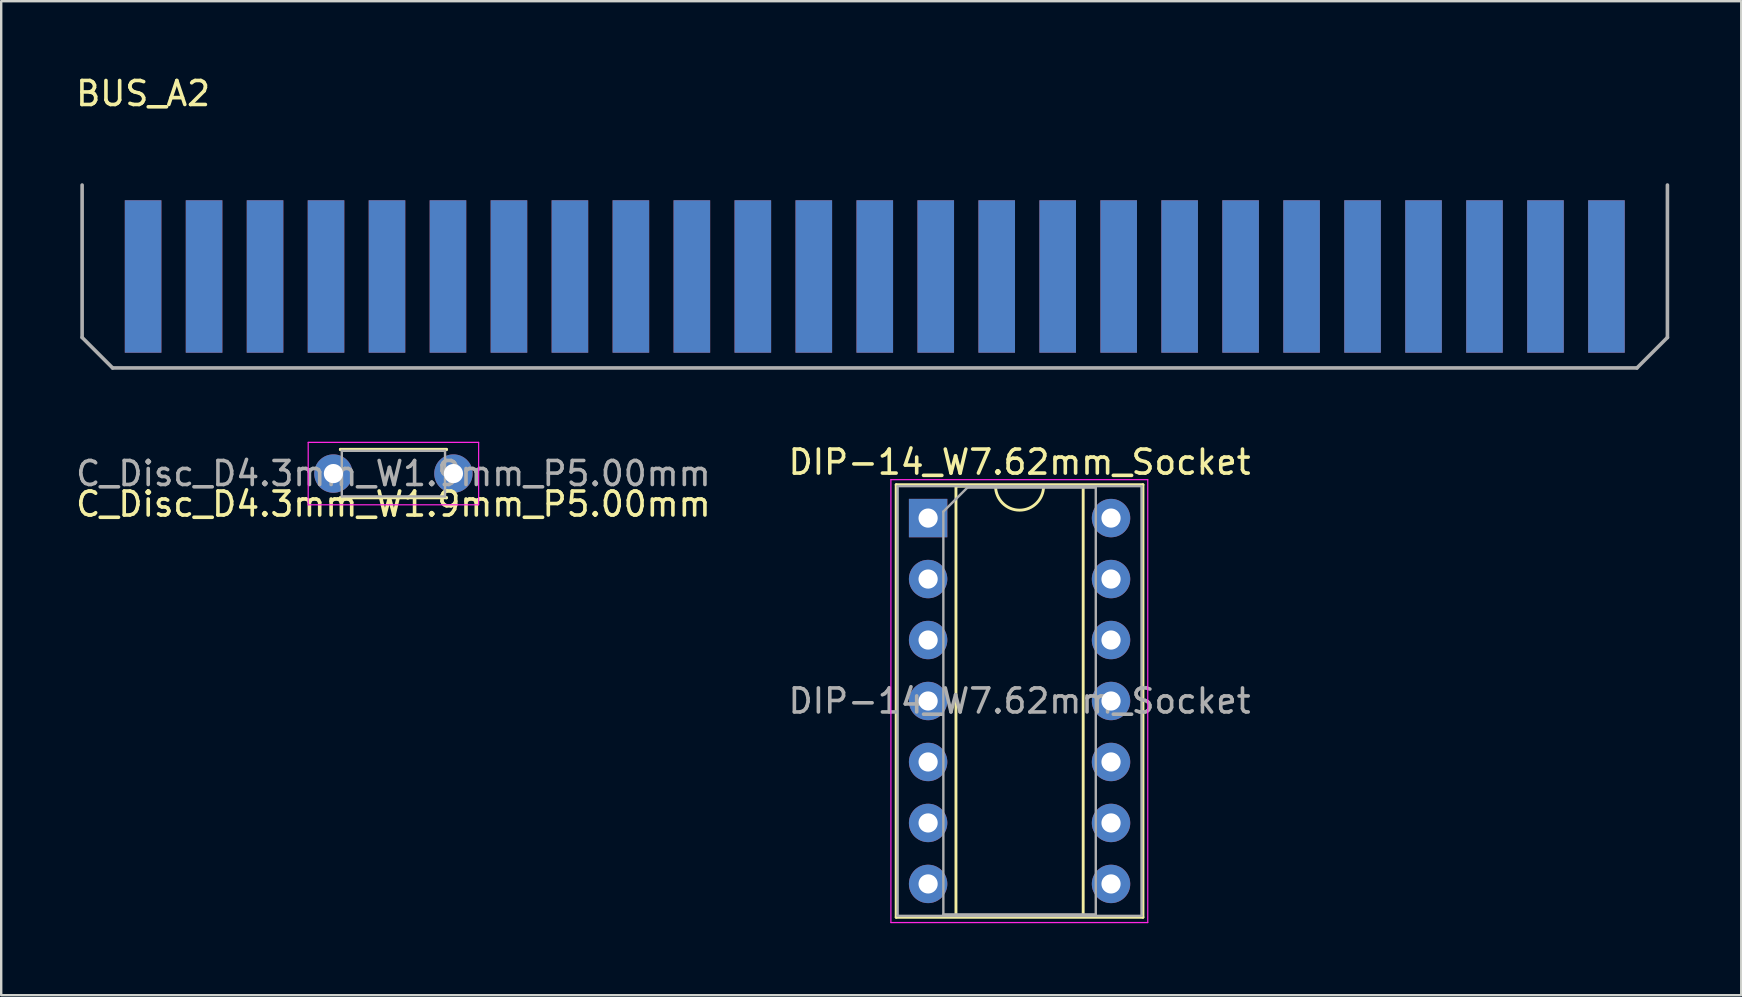
<source format=kicad_pcb>
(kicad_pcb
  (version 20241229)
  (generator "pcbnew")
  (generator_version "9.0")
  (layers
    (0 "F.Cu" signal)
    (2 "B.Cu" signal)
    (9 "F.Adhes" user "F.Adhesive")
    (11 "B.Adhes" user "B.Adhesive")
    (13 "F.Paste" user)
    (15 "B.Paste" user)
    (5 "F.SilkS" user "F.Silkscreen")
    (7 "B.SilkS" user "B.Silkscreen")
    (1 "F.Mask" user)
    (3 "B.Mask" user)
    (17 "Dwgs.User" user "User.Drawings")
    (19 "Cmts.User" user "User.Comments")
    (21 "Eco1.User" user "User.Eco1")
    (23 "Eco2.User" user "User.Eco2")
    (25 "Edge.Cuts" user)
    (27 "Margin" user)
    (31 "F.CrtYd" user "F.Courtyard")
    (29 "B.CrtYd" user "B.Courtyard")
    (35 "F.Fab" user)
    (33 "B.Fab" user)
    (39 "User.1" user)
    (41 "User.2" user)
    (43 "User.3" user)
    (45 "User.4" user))
  (footprint "BUS_A2"
    (layer "F.Cu")
    (at 25.771 8.468)
    (property "Reference" "BUS_A2" (at -22.86 -7.62 0) (layer "F.SilkS") (effects (font (size 1 1) (thickness 0.15))))
    (attr through_hole)
    (fp_line (start -25.4 2.54) (end -25.4 -3.81) (stroke (width 0.15) (type solid)) (layer "F.Fab"))
    (fp_line (start -24.13 3.81) (end -25.4 2.54) (stroke (width 0.15) (type solid)) (layer "F.Fab"))
    (fp_line (start 39.37 3.81) (end -24.13 3.81) (stroke (width 0.15) (type solid)) (layer "F.Fab"))
    (fp_line (start 40.64 -3.81) (end 40.64 2.54) (stroke (width 0.15) (type solid)) (layer "F.Fab"))
    (fp_line (start 40.64 2.54) (end 39.37 3.81) (stroke (width 0.15) (type solid)) (layer "F.Fab"))
    (pad "1" connect rect (at -22.86 0 180) (size 1.524 6.35) (layers "F.Cu" "F.Mask"))
    (pad "2" connect rect (at -20.32 0 180) (size 1.524 6.35) (layers "F.Cu" "F.Mask"))
    (pad "3" connect rect (at -17.78 0 180) (size 1.524 6.35) (layers "F.Cu" "F.Mask"))
    (pad "4" connect rect (at -15.24 0 180) (size 1.524 6.35) (layers "F.Cu" "F.Mask"))
    (pad "5" connect rect (at -12.7 0 180) (size 1.524 6.35) (layers "F.Cu" "F.Mask"))
    (pad "6" connect rect (at -10.16 0 180) (size 1.524 6.35) (layers "F.Cu" "F.Mask"))
    (pad "7" connect rect (at -7.62 0 180) (size 1.524 6.35) (layers "F.Cu" "F.Mask"))
    (pad "8" connect rect (at -5.08 0 180) (size 1.524 6.35) (layers "F.Cu" "F.Mask"))
    (pad "9" connect rect (at -2.54 0 180) (size 1.524 6.35) (layers "F.Cu" "F.Mask"))
    (pad "10" connect rect (at 0 0 180) (size 1.524 6.35) (layers "F.Cu" "F.Mask"))
    (pad "11" connect rect (at 2.54 0 180) (size 1.524 6.35) (layers "F.Cu" "F.Mask"))
    (pad "12" connect rect (at 5.08 0 180) (size 1.524 6.35) (layers "F.Cu" "F.Mask"))
    (pad "13" connect rect (at 7.62 0 180) (size 1.524 6.35) (layers "F.Cu" "F.Mask"))
    (pad "14" connect rect (at 10.16 0 180) (size 1.524 6.35) (layers "F.Cu" "F.Mask"))
    (pad "15" connect rect (at 12.7 0 180) (size 1.524 6.35) (layers "F.Cu" "F.Mask"))
    (pad "16" connect rect (at 15.24 0 180) (size 1.524 6.35) (layers "F.Cu" "F.Mask"))
    (pad "17" connect rect (at 17.78 0 180) (size 1.524 6.35) (layers "F.Cu" "F.Mask"))
    (pad "18" connect rect (at 20.32 0 180) (size 1.524 6.35) (layers "F.Cu" "F.Mask"))
    (pad "19" connect rect (at 22.86 0 180) (size 1.524 6.35) (layers "F.Cu" "F.Mask"))
    (pad "20" connect rect (at 25.4 0 180) (size 1.524 6.35) (layers "F.Cu" "F.Mask"))
    (pad "21" connect rect (at 27.94 0 180) (size 1.524 6.35) (layers "F.Cu" "F.Mask"))
    (pad "22" connect rect (at 30.48 0 180) (size 1.524 6.35) (layers "F.Cu" "F.Mask"))
    (pad "23" connect rect (at 33.02 0 180) (size 1.524 6.35) (layers "F.Cu" "F.Mask"))
    (pad "24" connect rect (at 35.56 0 180) (size 1.524 6.35) (layers "F.Cu" "F.Mask"))
    (pad "25" connect rect (at 38.1 0 180) (size 1.524 6.35) (layers "F.Cu" "F.Mask"))
    (pad "26" connect rect (at 38.1 0 180) (size 1.524 6.35) (layers "B.Cu" "B.Mask"))
    (pad "27" connect rect (at 35.56 0 180) (size 1.524 6.35) (layers "B.Cu" "B.Mask"))
    (pad "28" connect rect (at 33.02 0 180) (size 1.524 6.35) (layers "B.Cu" "B.Mask"))
    (pad "29" connect rect (at 30.48 0 180) (size 1.524 6.35) (layers "B.Cu" "B.Mask"))
    (pad "30" connect rect (at 27.94 0 180) (size 1.524 6.35) (layers "B.Cu" "B.Mask"))
    (pad "31" connect rect (at 25.4 0 180) (size 1.524 6.35) (layers "B.Cu" "B.Mask"))
    (pad "32" connect rect (at 22.86 0 180) (size 1.524 6.35) (layers "B.Cu" "B.Mask"))
    (pad "33" connect rect (at 20.32 0 180) (size 1.524 6.35) (layers "B.Cu" "B.Mask"))
    (pad "34" connect rect (at 17.78 0 180) (size 1.524 6.35) (layers "B.Cu" "B.Mask"))
    (pad "35" connect rect (at 15.24 0 180) (size 1.524 6.35) (layers "B.Cu" "B.Mask"))
    (pad "36" connect rect (at 12.7 0 180) (size 1.524 6.35) (layers "B.Cu" "B.Mask"))
    (pad "37" connect rect (at 10.16 0 180) (size 1.524 6.35) (layers "B.Cu" "B.Mask"))
    (pad "38" connect rect (at 7.62 0 180) (size 1.524 6.35) (layers "B.Cu" "B.Mask"))
    (pad "39" connect rect (at 5.08 0 180) (size 1.524 6.35) (layers "B.Cu" "B.Mask"))
    (pad "40" connect rect (at 2.54 0 180) (size 1.524 6.35) (layers "B.Cu" "B.Mask"))
    (pad "41" connect rect (at 0 0 180) (size 1.524 6.35) (layers "B.Cu" "B.Mask"))
    (pad "42" connect rect (at -2.54 0 180) (size 1.524 6.35) (layers "B.Cu" "B.Mask"))
    (pad "43" connect rect (at -5.08 0 180) (size 1.524 6.35) (layers "B.Cu" "B.Mask"))
    (pad "44" connect rect (at -7.62 0 180) (size 1.524 6.35) (layers "B.Cu" "B.Mask"))
    (pad "45" connect rect (at -10.16 0 180) (size 1.524 6.35) (layers "B.Cu" "B.Mask"))
    (pad "46" connect rect (at -12.7 0 180) (size 1.524 6.35) (layers "B.Cu" "B.Mask"))
    (pad "47" connect rect (at -15.24 0 180) (size 1.524 6.35) (layers "B.Cu" "B.Mask"))
    (pad "48" connect rect (at -17.78 0 180) (size 1.524 6.35) (layers "B.Cu" "B.Mask"))
    (pad "49" connect rect (at -20.32 0 180) (size 1.524 6.35) (layers "B.Cu" "B.Mask"))
    (pad "50" connect rect (at -22.86 0 180) (size 1.524 6.35) (layers "B.Cu" "B.Mask")))
  (footprint "DIP-14_W7.62mm_Socket"
    (layer "F.Cu")
    (at 35.613 18.532)
    (property "Reference" "DIP-14_W7.62mm_Socket" (at 3.81 -2.33 0) (layer "F.SilkS") (effects (font (size 1 1) (thickness 0.15))))
    (attr through_hole)
    (fp_line (start -1.33 -1.39) (end -1.33 16.63) (stroke (width 0.12) (type solid)) (layer "F.SilkS"))
    (fp_line (start -1.33 16.63) (end 8.95 16.63) (stroke (width 0.12) (type solid)) (layer "F.SilkS"))
    (fp_line (start 1.16 -1.33) (end 1.16 16.57) (stroke (width 0.12) (type solid)) (layer "F.SilkS"))
    (fp_line (start 1.16 16.57) (end 6.46 16.57) (stroke (width 0.12) (type solid)) (layer "F.SilkS"))
    (fp_line (start 2.81 -1.33) (end 1.16 -1.33) (stroke (width 0.12) (type solid)) (layer "F.SilkS"))
    (fp_line (start 6.46 -1.33) (end 4.81 -1.33) (stroke (width 0.12) (type solid)) (layer "F.SilkS"))
    (fp_line (start 6.46 16.57) (end 6.46 -1.33) (stroke (width 0.12) (type solid)) (layer "F.SilkS"))
    (fp_line (start 8.95 -1.39) (end -1.33 -1.39) (stroke (width 0.12) (type solid)) (layer "F.SilkS"))
    (fp_line (start 8.95 16.63) (end 8.95 -1.39) (stroke (width 0.12) (type solid)) (layer "F.SilkS"))
    (fp_arc (start 4.81 -1.33) (mid 3.81 -0.33) (end 2.81 -1.33) (stroke (width 0.12) (type solid)) (layer "F.SilkS"))
    (fp_line (start -1.55 -1.6) (end -1.55 16.85) (stroke (width 0.05) (type solid)) (layer "F.CrtYd"))
    (fp_line (start -1.55 16.85) (end 9.15 16.85) (stroke (width 0.05) (type solid)) (layer "F.CrtYd"))
    (fp_line (start 9.15 -1.6) (end -1.55 -1.6) (stroke (width 0.05) (type solid)) (layer "F.CrtYd"))
    (fp_line (start 9.15 16.85) (end 9.15 -1.6) (stroke (width 0.05) (type solid)) (layer "F.CrtYd"))
    (fp_line (start -1.27 -1.33) (end -1.27 16.57) (stroke (width 0.1) (type solid)) (layer "F.Fab"))
    (fp_line (start -1.27 16.57) (end 8.89 16.57) (stroke (width 0.1) (type solid)) (layer "F.Fab"))
    (fp_line (start 0.635 -0.27) (end 1.635 -1.27) (stroke (width 0.1) (type solid)) (layer "F.Fab"))
    (fp_line (start 0.635 16.51) (end 0.635 -0.27) (stroke (width 0.1) (type solid)) (layer "F.Fab"))
    (fp_line (start 1.635 -1.27) (end 6.985 -1.27) (stroke (width 0.1) (type solid)) (layer "F.Fab"))
    (fp_line (start 6.985 -1.27) (end 6.985 16.51) (stroke (width 0.1) (type solid)) (layer "F.Fab"))
    (fp_line (start 6.985 16.51) (end 0.635 16.51) (stroke (width 0.1) (type solid)) (layer "F.Fab"))
    (fp_line (start 8.89 -1.33) (end -1.27 -1.33) (stroke (width 0.1) (type solid)) (layer "F.Fab"))
    (fp_line (start 8.89 16.57) (end 8.89 -1.33) (stroke (width 0.1) (type solid)) (layer "F.Fab"))
    (fp_text user "${REFERENCE}" (at 3.81 7.62 0) (layer "F.Fab") (effects (font (size 1 1) (thickness 0.15))))
    (pad "1" thru_hole rect (at 0 0) (size 1.6 1.6) (drill 0.8) (layers "*.Cu" "*.Mask"))
    (pad "2" thru_hole oval (at 0 2.54) (size 1.6 1.6) (drill 0.8) (layers "*.Cu" "*.Mask"))
    (pad "3" thru_hole oval (at 0 5.08) (size 1.6 1.6) (drill 0.8) (layers "*.Cu" "*.Mask"))
    (pad "4" thru_hole oval (at 0 7.62) (size 1.6 1.6) (drill 0.8) (layers "*.Cu" "*.Mask"))
    (pad "5" thru_hole oval (at 0 10.16) (size 1.6 1.6) (drill 0.8) (layers "*.Cu" "*.Mask"))
    (pad "6" thru_hole oval (at 0 12.7) (size 1.6 1.6) (drill 0.8) (layers "*.Cu" "*.Mask"))
    (pad "7" thru_hole oval (at 0 15.24) (size 1.6 1.6) (drill 0.8) (layers "*.Cu" "*.Mask"))
    (pad "8" thru_hole oval (at 7.62 15.24) (size 1.6 1.6) (drill 0.8) (layers "*.Cu" "*.Mask"))
    (pad "9" thru_hole oval (at 7.62 12.7) (size 1.6 1.6) (drill 0.8) (layers "*.Cu" "*.Mask"))
    (pad "10" thru_hole oval (at 7.62 10.16) (size 1.6 1.6) (drill 0.8) (layers "*.Cu" "*.Mask"))
    (pad "11" thru_hole oval (at 7.62 7.62) (size 1.6 1.6) (drill 0.8) (layers "*.Cu" "*.Mask"))
    (pad "12" thru_hole oval (at 7.62 5.08) (size 1.6 1.6) (drill 0.8) (layers "*.Cu" "*.Mask"))
    (pad "13" thru_hole oval (at 7.62 2.54) (size 1.6 1.6) (drill 0.8) (layers "*.Cu" "*.Mask"))
    (pad "14" thru_hole oval (at 7.62 0) (size 1.6 1.6) (drill 0.8) (layers "*.Cu" "*.Mask")))
  (footprint "C_Disc_D4.3mm_W1.9mm_P5.00mm"
    (layer "F.Cu")
    (at 10.839 16.678)
    (property "Reference" "C_Disc_D4.3mm_W1.9mm_P5.00mm" (at 2.5 1.27 0) (layer "F.SilkS") (effects (font (size 1 1) (thickness 0.15))))
    (attr through_hole)
    (fp_line (start 0.29 -1.01) (end 0.29 -0.996) (stroke (width 0.12) (type solid)) (layer "F.SilkS"))
    (fp_line (start 0.29 -1.01) (end 4.71 -1.01) (stroke (width 0.12) (type solid)) (layer "F.SilkS"))
    (fp_line (start 0.29 0.996) (end 0.29 1.01) (stroke (width 0.12) (type solid)) (layer "F.SilkS"))
    (fp_line (start 0.29 1.01) (end 4.71 1.01) (stroke (width 0.12) (type solid)) (layer "F.SilkS"))
    (fp_line (start 4.71 -1.01) (end 4.71 -0.996) (stroke (width 0.12) (type solid)) (layer "F.SilkS"))
    (fp_line (start 4.71 0.996) (end 4.71 1.01) (stroke (width 0.12) (type solid)) (layer "F.SilkS"))
    (fp_line (start -1.05 -1.3) (end -1.05 1.3) (stroke (width 0.05) (type solid)) (layer "F.CrtYd"))
    (fp_line (start -1.05 1.3) (end 6.05 1.3) (stroke (width 0.05) (type solid)) (layer "F.CrtYd"))
    (fp_line (start 6.05 -1.3) (end -1.05 -1.3) (stroke (width 0.05) (type solid)) (layer "F.CrtYd"))
    (fp_line (start 6.05 1.3) (end 6.05 -1.3) (stroke (width 0.05) (type solid)) (layer "F.CrtYd"))
    (fp_line (start 0.35 -0.95) (end 0.35 0.95) (stroke (width 0.1) (type solid)) (layer "F.Fab"))
    (fp_line (start 0.35 0.95) (end 4.65 0.95) (stroke (width 0.1) (type solid)) (layer "F.Fab"))
    (fp_line (start 4.65 -0.95) (end 0.35 -0.95) (stroke (width 0.1) (type solid)) (layer "F.Fab"))
    (fp_line (start 4.65 0.95) (end 4.65 -0.95) (stroke (width 0.1) (type solid)) (layer "F.Fab"))
    (fp_text user "${REFERENCE}" (at 2.5 0 0) (layer "F.Fab") (effects (font (size 1 1) (thickness 0.15))))
    (pad "1" thru_hole circle (at 0 0) (size 1.6 1.6) (drill 0.8) (layers "*.Cu" "*.Mask"))
    (pad "2" thru_hole circle (at 5 0) (size 1.6 1.6) (drill 0.8) (layers "*.Cu" "*.Mask")))
  (gr_rect
    (start -3 -3)
    (end 69.486 38.407)
    (stroke (width 0.1) (type default))
    (fill no)
    (layer "Edge.Cuts")))
</source>
